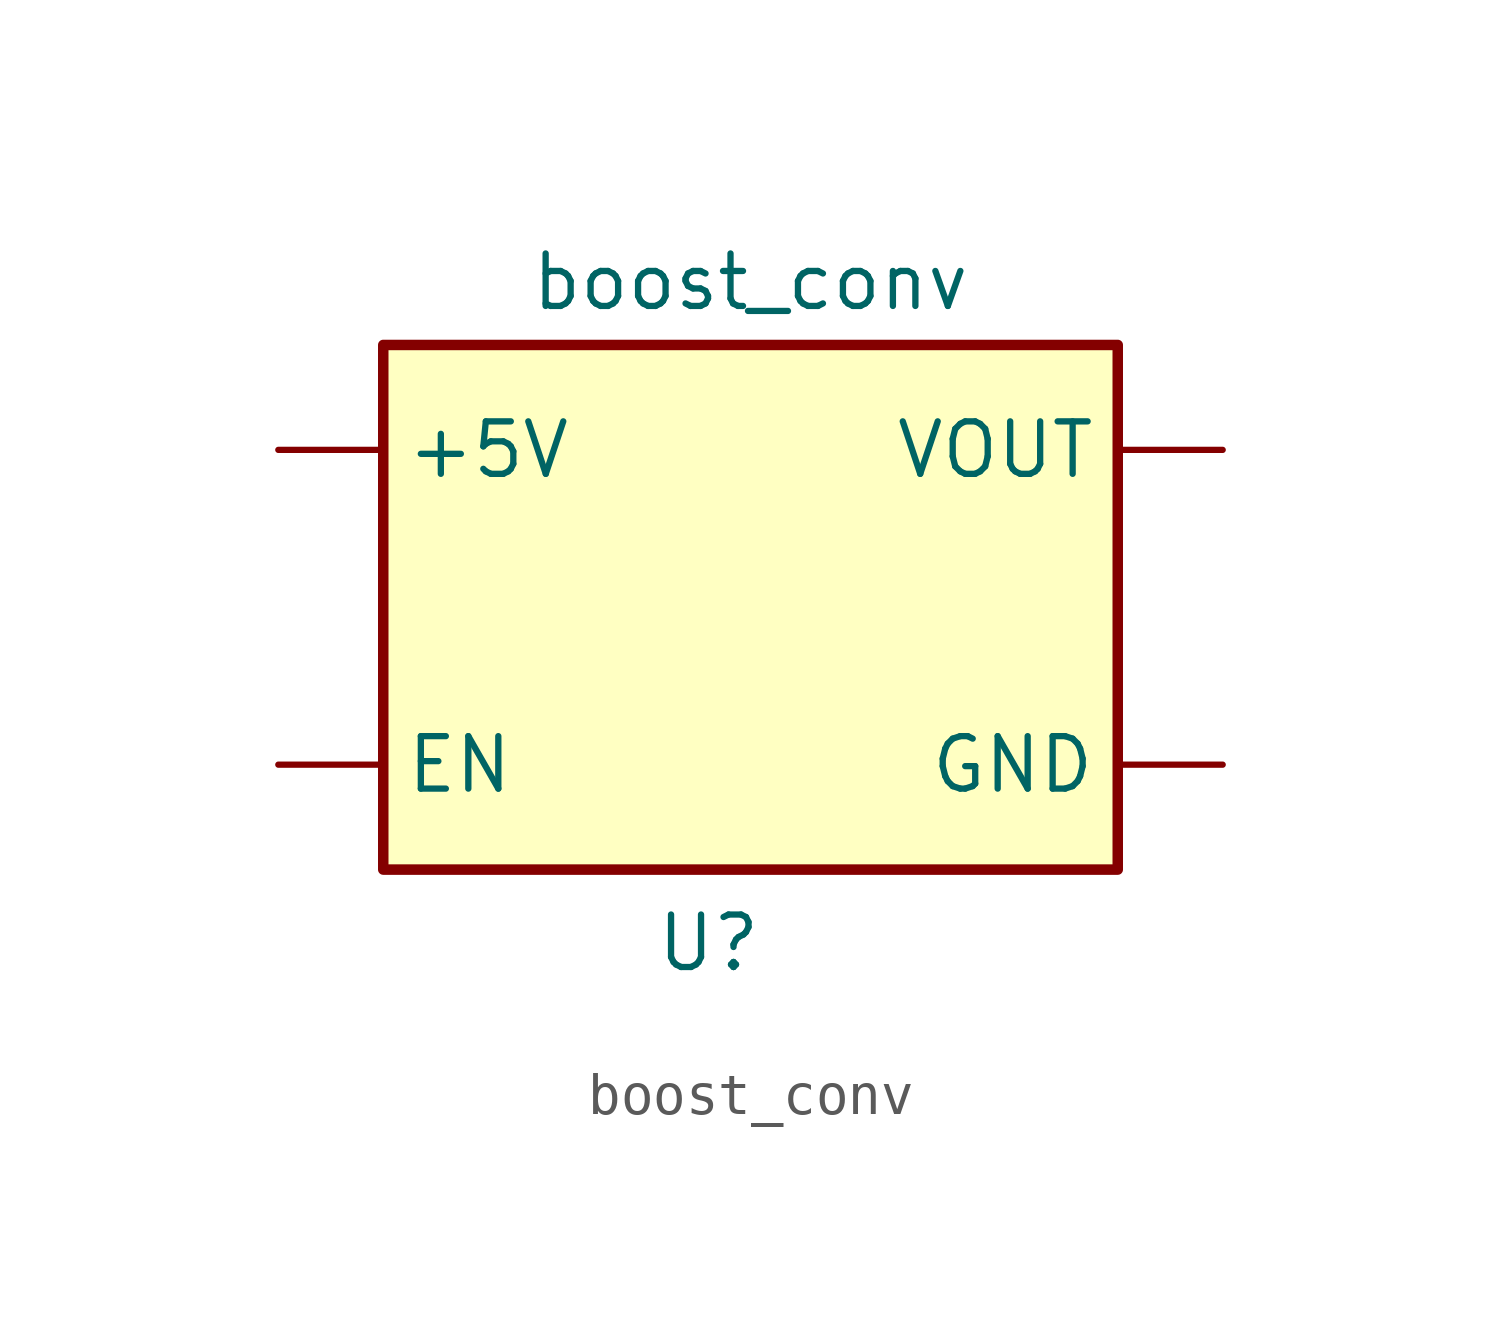
<source format=kicad_sym>
(kicad_symbol_lib
  (version 20241209)
  (generator "kicad_symbol_editor")
  (generator_version "9.0")
  (symbol "boost_conv"
    (property "Reference" "U"
      (at -1.016 -8.128 0)
      (effects (font (size 1.27 1.27))))
    (property "Value" "boost_conv"
      (at 0 7.874 0)
      (effects (font (size 1.27 1.27))))
    (symbol "boost_conv_0_1"
      (rectangle (start -8.89 6.35) (end 8.89 -6.35) (stroke (width 0.254) (type default)) (fill (type background))))
    (symbol "boost_conv_1_1"
      (pin bidirectional line (at -11.43 3.81 0) (length 2.54) (name "+5V" (effects (font (size 1.27 1.27)))) (number "" (effects (font (size 1.27 1.27)))))
      (pin bidirectional line (at -11.43 -3.81 0) (length 2.54) (name "EN" (effects (font (size 1.27 1.27)))) (number "" (effects (font (size 1.27 1.27)))))
      (pin bidirectional line (at 11.43 3.81 180) (length 2.54) (name "VOUT" (effects (font (size 1.27 1.27)))) (number "" (effects (font (size 1.27 1.27)))))
      (pin bidirectional line (at 11.43 -3.81 180) (length 2.54) (name "GND" (effects (font (size 1.27 1.27)))) (number "" (effects (font (size 1.27 1.27))))))))
</source>
